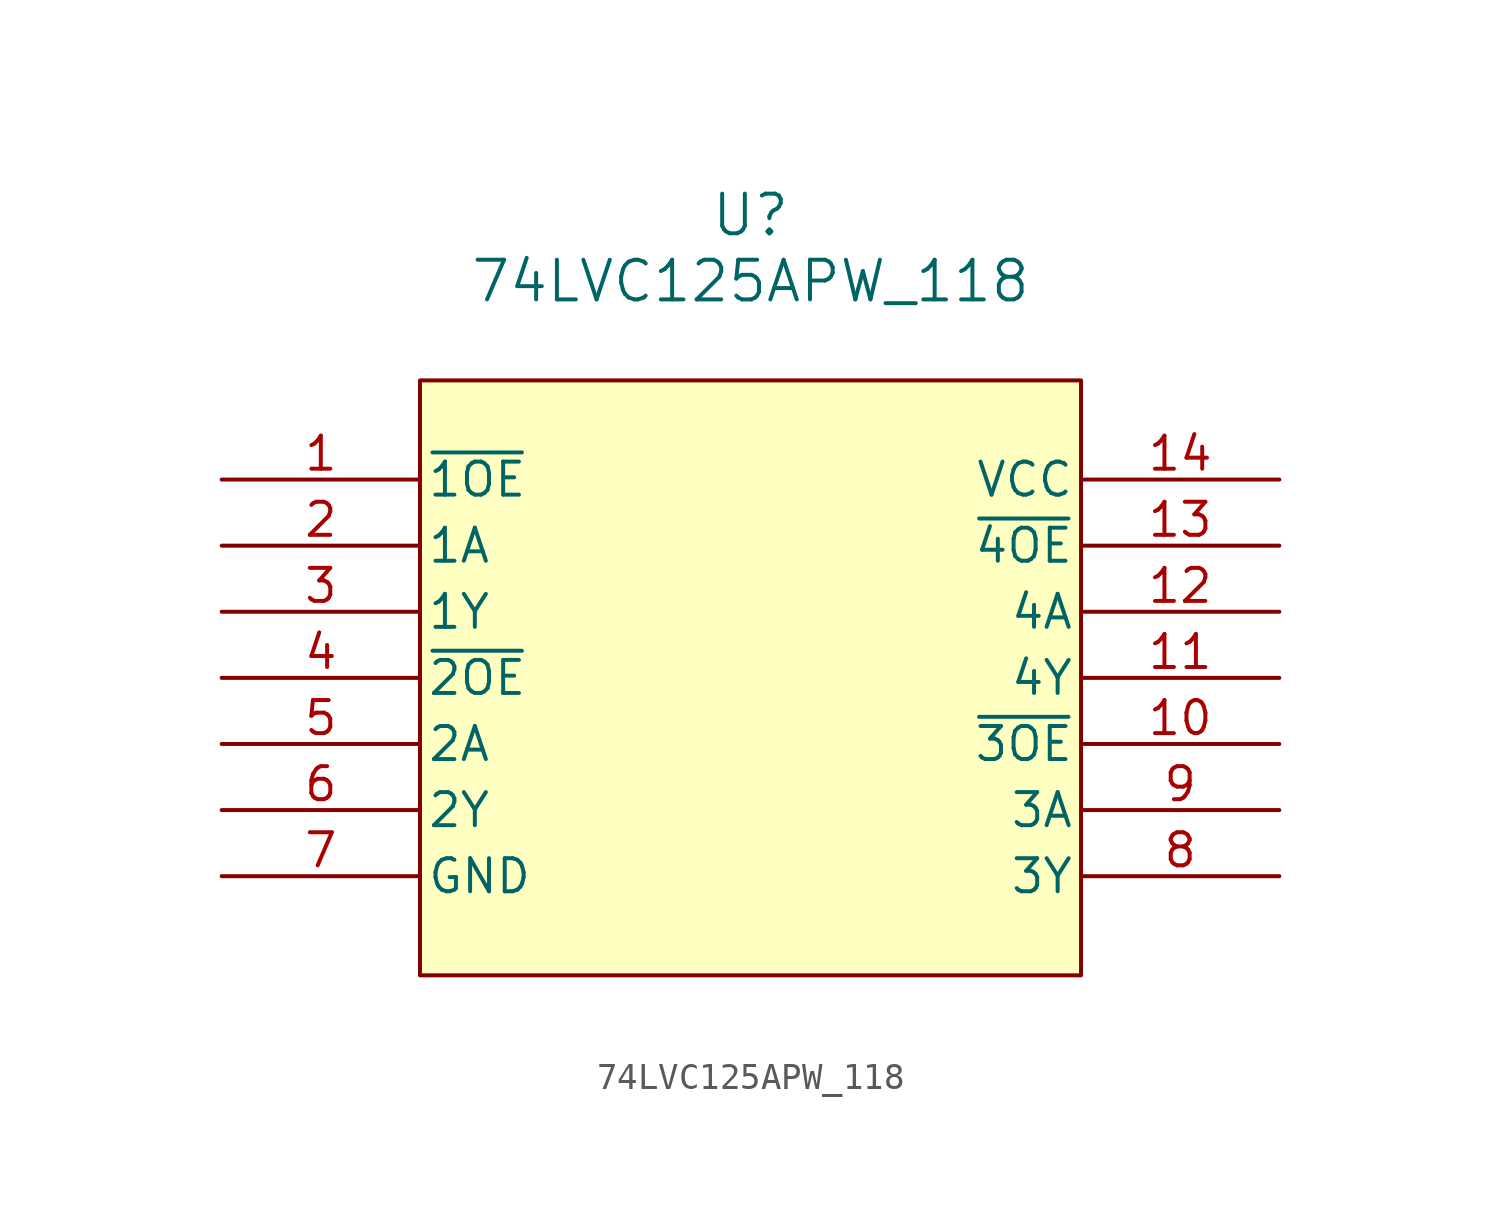
<source format=kicad_sym>
(kicad_symbol_lib
  (version 20241209)
  (generator "kicad_symbol_editor")
  (generator_version "9.0")
  (symbol "74LVC125APW_118"
    (pin_names
      (offset 0.254))
    (property "Reference" "U"
      (at 20.32 10.16 0)
      (effects (font (size 1.524 1.524))))
    (property "Value" "74LVC125APW_118"
      (at 20.32 7.62 0)
      (effects (font (size 1.524 1.524))))
    (property "ki_locked" ""
      (at 0 0 0)
      (effects (font (size 1.27 1.27))))
    (symbol "74LVC125APW_118_0_1"
      (pin input line (at 0 -2.54 0) (length 7.62) (name "1A" (effects (font (size 1.27 1.27)))) (number "2" (effects (font (size 1.27 1.27)))))
      (pin output line (at 0 -5.08 0) (length 7.62) (name "1Y" (effects (font (size 1.27 1.27)))) (number "3" (effects (font (size 1.27 1.27)))))
      (pin input line (at 0 -10.16 0) (length 7.62) (name "2A" (effects (font (size 1.27 1.27)))) (number "5" (effects (font (size 1.27 1.27)))))
      (pin output line (at 0 -12.7 0) (length 7.62) (name "2Y" (effects (font (size 1.27 1.27)))) (number "6" (effects (font (size 1.27 1.27)))))
      (pin power_out line (at 0 -15.24 0) (length 7.62) (name "GND" (effects (font (size 1.27 1.27)))) (number "7" (effects (font (size 1.27 1.27)))))
      (pin power_in line (at 40.64 0 180) (length 7.62) (name "VCC" (effects (font (size 1.27 1.27)))) (number "14" (effects (font (size 1.27 1.27)))))
      (pin input line (at 40.64 -5.08 180) (length 7.62) (name "4A" (effects (font (size 1.27 1.27)))) (number "12" (effects (font (size 1.27 1.27)))))
      (pin output line (at 40.64 -7.62 180) (length 7.62) (name "4Y" (effects (font (size 1.27 1.27)))) (number "11" (effects (font (size 1.27 1.27)))))
      (pin input line (at 40.64 -12.7 180) (length 7.62) (name "3A" (effects (font (size 1.27 1.27)))) (number "9" (effects (font (size 1.27 1.27)))))
      (pin output line (at 40.64 -15.24 180) (length 7.62) (name "3Y" (effects (font (size 1.27 1.27)))) (number "8" (effects (font (size 1.27 1.27))))))
    (symbol "74LVC125APW_118_1_1"
      (rectangle (start 7.62 3.81) (end 33.02 -19.05) (stroke (width 0) (type default)) (fill (type background)))
      (pin input line (at 0 0 0) (length 7.62) (name "~{1OE}" (effects (font (size 1.27 1.27)))) (number "1" (effects (font (size 1.27 1.27)))))
      (pin input line (at 0 -7.62 0) (length 7.62) (name "~{2OE}" (effects (font (size 1.27 1.27)))) (number "4" (effects (font (size 1.27 1.27)))))
      (pin input line (at 40.64 -2.54 180) (length 7.62) (name "~{4OE}" (effects (font (size 1.27 1.27)))) (number "13" (effects (font (size 1.27 1.27)))))
      (pin input line (at 40.64 -10.16 180) (length 7.62) (name "~{3OE}" (effects (font (size 1.27 1.27)))) (number "10" (effects (font (size 1.27 1.27))))))))
</source>
